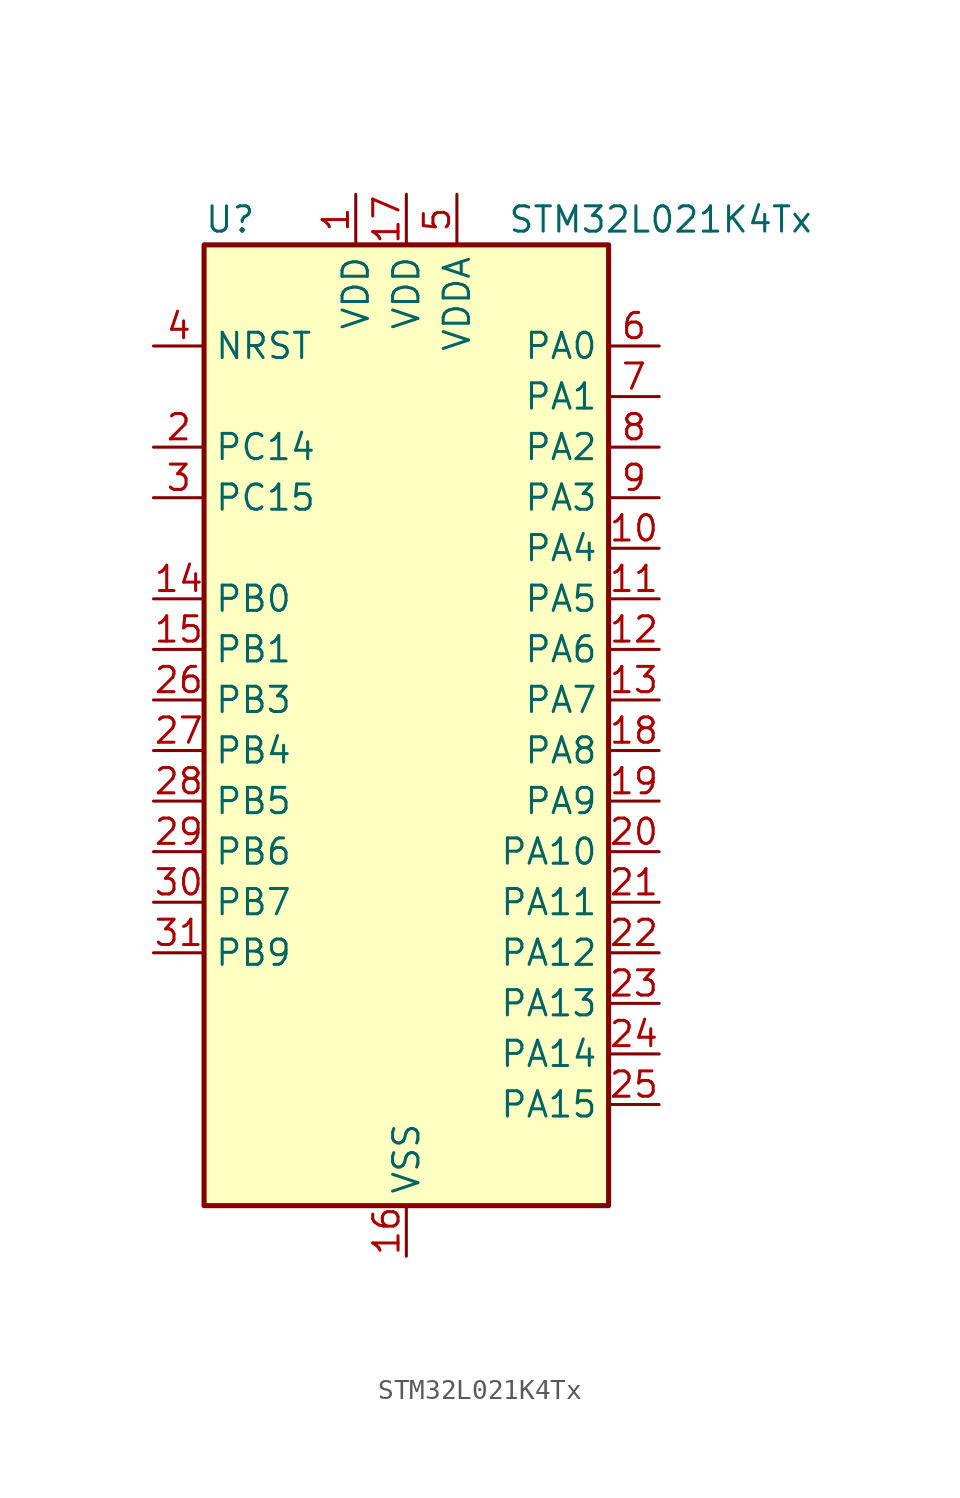
<source format=kicad_sym>
(kicad_symbol_lib
  (version 20241209)
  (generator "kicad_symbol_editor")
  (generator_version "9.0")
  (symbol "STM32L021K4Tx"
    (property "Reference" "U"
      (at -10.16 26.67 0)
      (effects (font (size 1.27 1.27)) (justify left)))
    (property "Value" "STM32L021K4Tx"
      (at 5.08 26.67 0)
      (effects (font (size 1.27 1.27)) (justify left)))
    (symbol "STM32L021K4Tx_0_1"
      (rectangle (start -10.16 -22.86) (end 10.16 25.4) (stroke (width 0.254) (type default)) (fill (type background))))
    (symbol "STM32L021K4Tx_1_1"
      (pin input line (at -12.7 20.32 0) (length 2.54) (name "NRST" (effects (font (size 1.27 1.27)))) (number "4" (effects (font (size 1.27 1.27)))))
      (pin bidirectional line (at -12.7 15.24 0) (length 2.54) (name "PC14" (effects (font (size 1.27 1.27)))) (number "2" (effects (font (size 1.27 1.27)))) (alternate "RCC_OSC32_IN" bidirectional line))
      (pin bidirectional line (at -12.7 12.7 0) (length 2.54) (name "PC15" (effects (font (size 1.27 1.27)))) (number "3" (effects (font (size 1.27 1.27)))) (alternate "RCC_OSC32_OUT" bidirectional line))
      (pin bidirectional line (at -12.7 7.62 0) (length 2.54) (name "PB0" (effects (font (size 1.27 1.27)))) (number "14" (effects (font (size 1.27 1.27)))) (alternate "ADC_IN8" bidirectional line) (alternate "SPI1_MISO" bidirectional line) (alternate "SYS_VREF_OUT_PB0" bidirectional line) (alternate "TIM2_CH2" bidirectional line) (alternate "TIM2_CH3" bidirectional line) (alternate "USART2_DE" bidirectional line) (alternate "USART2_RTS" bidirectional line))
      (pin bidirectional line (at -12.7 5.08 0) (length 2.54) (name "PB1" (effects (font (size 1.27 1.27)))) (number "15" (effects (font (size 1.27 1.27)))) (alternate "ADC_IN9" bidirectional line) (alternate "LPTIM1_IN1" bidirectional line) (alternate "LPUART1_DE" bidirectional line) (alternate "LPUART1_RTS" bidirectional line) (alternate "SPI1_MOSI" bidirectional line) (alternate "SYS_VREF_OUT_PB1" bidirectional line) (alternate "TIM2_CH4" bidirectional line) (alternate "USART2_CK" bidirectional line))
      (pin bidirectional line (at -12.7 2.54 0) (length 2.54) (name "PB3" (effects (font (size 1.27 1.27)))) (number "26" (effects (font (size 1.27 1.27)))) (alternate "COMP2_INM" bidirectional line) (alternate "SPI1_SCK" bidirectional line) (alternate "TIM2_CH2" bidirectional line))
      (pin bidirectional line (at -12.7 0 0) (length 2.54) (name "PB4" (effects (font (size 1.27 1.27)))) (number "27" (effects (font (size 1.27 1.27)))) (alternate "COMP2_INP" bidirectional line) (alternate "SPI1_MISO" bidirectional line))
      (pin bidirectional line (at -12.7 -2.54 0) (length 2.54) (name "PB5" (effects (font (size 1.27 1.27)))) (number "28" (effects (font (size 1.27 1.27)))) (alternate "COMP2_INP" bidirectional line) (alternate "I2C1_SMBA" bidirectional line) (alternate "LPTIM1_IN1" bidirectional line) (alternate "SPI1_MOSI" bidirectional line) (alternate "TIM21_CH1" bidirectional line))
      (pin bidirectional line (at -12.7 -5.08 0) (length 2.54) (name "PB6" (effects (font (size 1.27 1.27)))) (number "29" (effects (font (size 1.27 1.27)))) (alternate "COMP2_INP" bidirectional line) (alternate "I2C1_SCL" bidirectional line) (alternate "LPTIM1_ETR" bidirectional line) (alternate "LPUART1_TX" bidirectional line) (alternate "TIM2_CH3" bidirectional line) (alternate "USART2_TX" bidirectional line))
      (pin bidirectional line (at -12.7 -7.62 0) (length 2.54) (name "PB7" (effects (font (size 1.27 1.27)))) (number "30" (effects (font (size 1.27 1.27)))) (alternate "COMP2_INP" bidirectional line) (alternate "I2C1_SDA" bidirectional line) (alternate "LPTIM1_IN2" bidirectional line) (alternate "LPUART1_RX" bidirectional line) (alternate "SYS_PVD_IN" bidirectional line) (alternate "TIM2_CH4" bidirectional line) (alternate "USART2_RX" bidirectional line))
      (pin bidirectional line (at -12.7 -10.16 0) (length 2.54) (name "PB9" (effects (font (size 1.27 1.27)))) (number "31" (effects (font (size 1.27 1.27)))))
      (pin power_in line (at -2.54 27.94 270) (length 2.54) (name "VDD" (effects (font (size 1.27 1.27)))) (number "1" (effects (font (size 1.27 1.27)))))
      (pin power_in line (at 0 27.94 270) (length 2.54) (name "VDD" (effects (font (size 1.27 1.27)))) (number "17" (effects (font (size 1.27 1.27)))))
      (pin power_in line (at 0 -25.4 90) (length 2.54) (name "VSS" (effects (font (size 1.27 1.27)))) (number "16" (effects (font (size 1.27 1.27)))))
      (pin passive line (at 0 -25.4 90) (length 2.54) (hide yes) (name "VSS" (effects (font (size 1.27 1.27)))) (number "32" (effects (font (size 1.27 1.27)))))
      (pin power_in line (at 2.54 27.94 270) (length 2.54) (name "VDDA" (effects (font (size 1.27 1.27)))) (number "5" (effects (font (size 1.27 1.27)))))
      (pin bidirectional line (at 12.7 20.32 180) (length 2.54) (name "PA0" (effects (font (size 1.27 1.27)))) (number "6" (effects (font (size 1.27 1.27)))) (alternate "ADC_IN0" bidirectional line) (alternate "COMP1_INM" bidirectional line) (alternate "COMP1_OUT" bidirectional line) (alternate "LPTIM1_IN1" bidirectional line) (alternate "LPUART1_RX" bidirectional line) (alternate "RCC_CK_IN" bidirectional line) (alternate "RTC_TAMP2" bidirectional line) (alternate "SYS_WKUP1" bidirectional line) (alternate "TIM2_CH1" bidirectional line) (alternate "TIM2_ETR" bidirectional line) (alternate "USART2_CTS" bidirectional line) (alternate "USART2_RX" bidirectional line))
      (pin bidirectional line (at 12.7 17.78 180) (length 2.54) (name "PA1" (effects (font (size 1.27 1.27)))) (number "7" (effects (font (size 1.27 1.27)))) (alternate "ADC_IN1" bidirectional line) (alternate "COMP1_INP" bidirectional line) (alternate "I2C1_SMBA" bidirectional line) (alternate "LPTIM1_IN2" bidirectional line) (alternate "LPUART1_TX" bidirectional line) (alternate "TIM21_ETR" bidirectional line) (alternate "TIM2_CH2" bidirectional line) (alternate "USART2_DE" bidirectional line) (alternate "USART2_RTS" bidirectional line))
      (pin bidirectional line (at 12.7 15.24 180) (length 2.54) (name "PA2" (effects (font (size 1.27 1.27)))) (number "8" (effects (font (size 1.27 1.27)))) (alternate "ADC_IN2" bidirectional line) (alternate "COMP2_INM" bidirectional line) (alternate "COMP2_OUT" bidirectional line) (alternate "LPUART1_TX" bidirectional line) (alternate "RTC_OUT_ALARM" bidirectional line) (alternate "RTC_OUT_CALIB" bidirectional line) (alternate "RTC_TAMP3" bidirectional line) (alternate "RTC_TS" bidirectional line) (alternate "SYS_WKUP3" bidirectional line) (alternate "TIM21_CH1" bidirectional line) (alternate "TIM2_CH3" bidirectional line) (alternate "USART2_TX" bidirectional line))
      (pin bidirectional line (at 12.7 12.7 180) (length 2.54) (name "PA3" (effects (font (size 1.27 1.27)))) (number "9" (effects (font (size 1.27 1.27)))) (alternate "ADC_IN3" bidirectional line) (alternate "COMP2_INP" bidirectional line) (alternate "LPUART1_RX" bidirectional line) (alternate "TIM21_CH2" bidirectional line) (alternate "TIM2_CH4" bidirectional line) (alternate "USART2_RX" bidirectional line))
      (pin bidirectional line (at 12.7 10.16 180) (length 2.54) (name "PA4" (effects (font (size 1.27 1.27)))) (number "10" (effects (font (size 1.27 1.27)))) (alternate "ADC_IN4" bidirectional line) (alternate "COMP1_INM" bidirectional line) (alternate "COMP2_INM" bidirectional line) (alternate "COMP2_OUT" bidirectional line) (alternate "I2C1_SCL" bidirectional line) (alternate "LPTIM1_ETR" bidirectional line) (alternate "LPTIM1_IN1" bidirectional line) (alternate "LPUART1_TX" bidirectional line) (alternate "SPI1_NSS" bidirectional line) (alternate "TIM2_ETR" bidirectional line) (alternate "USART2_CK" bidirectional line))
      (pin bidirectional line (at 12.7 7.62 180) (length 2.54) (name "PA5" (effects (font (size 1.27 1.27)))) (number "11" (effects (font (size 1.27 1.27)))) (alternate "ADC_IN5" bidirectional line) (alternate "COMP1_INM" bidirectional line) (alternate "COMP2_INM" bidirectional line) (alternate "LPTIM1_IN2" bidirectional line) (alternate "SPI1_SCK" bidirectional line) (alternate "TIM2_CH1" bidirectional line) (alternate "TIM2_ETR" bidirectional line))
      (pin bidirectional line (at 12.7 5.08 180) (length 2.54) (name "PA6" (effects (font (size 1.27 1.27)))) (number "12" (effects (font (size 1.27 1.27)))) (alternate "ADC_IN6" bidirectional line) (alternate "COMP1_OUT" bidirectional line) (alternate "LPTIM1_ETR" bidirectional line) (alternate "LPUART1_CTS" bidirectional line) (alternate "SPI1_MISO" bidirectional line))
      (pin bidirectional line (at 12.7 2.54 180) (length 2.54) (name "PA7" (effects (font (size 1.27 1.27)))) (number "13" (effects (font (size 1.27 1.27)))) (alternate "ADC_IN7" bidirectional line) (alternate "COMP2_INP" bidirectional line) (alternate "COMP2_OUT" bidirectional line) (alternate "LPTIM1_OUT" bidirectional line) (alternate "SPI1_MOSI" bidirectional line) (alternate "TIM21_ETR" bidirectional line) (alternate "USART2_CTS" bidirectional line))
      (pin bidirectional line (at 12.7 0 180) (length 2.54) (name "PA8" (effects (font (size 1.27 1.27)))) (number "18" (effects (font (size 1.27 1.27)))) (alternate "LPTIM1_IN1" bidirectional line) (alternate "RCC_MCO" bidirectional line) (alternate "TIM2_CH1" bidirectional line) (alternate "USART2_CK" bidirectional line))
      (pin bidirectional line (at 12.7 -2.54 180) (length 2.54) (name "PA9" (effects (font (size 1.27 1.27)))) (number "19" (effects (font (size 1.27 1.27)))) (alternate "COMP1_OUT" bidirectional line) (alternate "I2C1_SCL" bidirectional line) (alternate "LPTIM1_OUT" bidirectional line) (alternate "RCC_MCO" bidirectional line) (alternate "TIM21_CH2" bidirectional line) (alternate "USART2_TX" bidirectional line))
      (pin bidirectional line (at 12.7 -5.08 180) (length 2.54) (name "PA10" (effects (font (size 1.27 1.27)))) (number "20" (effects (font (size 1.27 1.27)))) (alternate "COMP1_OUT" bidirectional line) (alternate "I2C1_SDA" bidirectional line) (alternate "RTC_REFIN" bidirectional line) (alternate "TIM21_CH1" bidirectional line) (alternate "TIM2_CH3" bidirectional line) (alternate "USART2_RX" bidirectional line))
      (pin bidirectional line (at 12.7 -7.62 180) (length 2.54) (name "PA11" (effects (font (size 1.27 1.27)))) (number "21" (effects (font (size 1.27 1.27)))) (alternate "ADC_EXTI11" bidirectional line) (alternate "COMP1_OUT" bidirectional line) (alternate "LPTIM1_OUT" bidirectional line) (alternate "SPI1_MISO" bidirectional line) (alternate "TIM21_CH2" bidirectional line) (alternate "USART2_CTS" bidirectional line))
      (pin bidirectional line (at 12.7 -10.16 180) (length 2.54) (name "PA12" (effects (font (size 1.27 1.27)))) (number "22" (effects (font (size 1.27 1.27)))) (alternate "COMP2_OUT" bidirectional line) (alternate "SPI1_MOSI" bidirectional line) (alternate "USART2_DE" bidirectional line) (alternate "USART2_RTS" bidirectional line))
      (pin bidirectional line (at 12.7 -12.7 180) (length 2.54) (name "PA13" (effects (font (size 1.27 1.27)))) (number "23" (effects (font (size 1.27 1.27)))) (alternate "COMP1_OUT" bidirectional line) (alternate "I2C1_SDA" bidirectional line) (alternate "LPTIM1_ETR" bidirectional line) (alternate "LPUART1_RX" bidirectional line) (alternate "SPI1_SCK" bidirectional line) (alternate "SYS_SWDIO" bidirectional line))
      (pin bidirectional line (at 12.7 -15.24 180) (length 2.54) (name "PA14" (effects (font (size 1.27 1.27)))) (number "24" (effects (font (size 1.27 1.27)))) (alternate "COMP2_OUT" bidirectional line) (alternate "I2C1_SMBA" bidirectional line) (alternate "LPTIM1_OUT" bidirectional line) (alternate "LPUART1_TX" bidirectional line) (alternate "SPI1_MISO" bidirectional line) (alternate "SYS_SWCLK" bidirectional line) (alternate "USART2_TX" bidirectional line))
      (pin bidirectional line (at 12.7 -17.78 180) (length 2.54) (name "PA15" (effects (font (size 1.27 1.27)))) (number "25" (effects (font (size 1.27 1.27)))) (alternate "SPI1_NSS" bidirectional line) (alternate "TIM2_CH1" bidirectional line) (alternate "TIM2_ETR" bidirectional line) (alternate "USART2_RX" bidirectional line)))))
</source>
